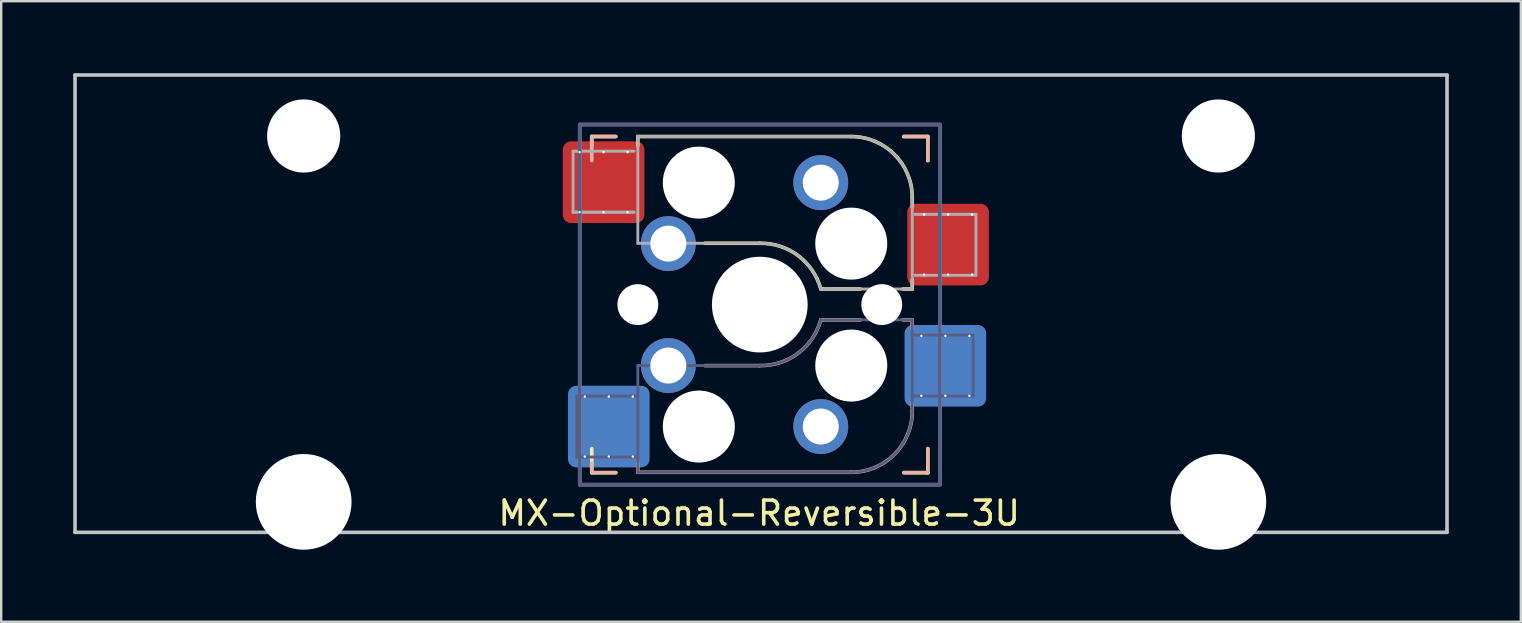
<source format=kicad_pcb>
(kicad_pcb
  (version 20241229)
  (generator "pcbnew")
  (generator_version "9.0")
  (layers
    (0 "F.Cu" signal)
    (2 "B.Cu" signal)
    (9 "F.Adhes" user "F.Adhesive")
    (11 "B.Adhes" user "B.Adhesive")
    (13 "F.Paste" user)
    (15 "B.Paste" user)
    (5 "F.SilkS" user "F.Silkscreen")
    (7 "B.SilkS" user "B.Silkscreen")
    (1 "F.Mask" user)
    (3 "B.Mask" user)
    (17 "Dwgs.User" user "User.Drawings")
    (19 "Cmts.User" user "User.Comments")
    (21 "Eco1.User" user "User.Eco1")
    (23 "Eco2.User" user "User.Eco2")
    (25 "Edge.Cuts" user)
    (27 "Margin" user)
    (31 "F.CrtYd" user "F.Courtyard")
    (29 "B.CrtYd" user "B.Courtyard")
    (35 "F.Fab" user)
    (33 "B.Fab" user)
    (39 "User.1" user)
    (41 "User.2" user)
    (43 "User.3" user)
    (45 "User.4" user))
  (footprint "MX-Optional-Reversible-3U"
    (layer "F.Cu")
    (at 28.65 9.6)
    (property "Reference" "MX-Optional-Reversible-3U" (at -0.077 8.726 180) (layer "F.SilkS") (effects (font (size 1 1) (thickness 0.15))))
    (attr smd)
    (fp_rect (start -8.258 -6.062) (end -4.858 -4.062) (stroke (width 0.1) (type solid)) (fill yes) (layer "F.Mask"))
    (fp_rect (start 6.092 -3.462) (end 9.492 -1.462) (stroke (width 0.1) (type solid)) (fill yes) (layer "F.Mask"))
    (fp_rect (start -8.041 4.118) (end -4.641 6.118) (stroke (width 0.1) (type solid)) (fill yes) (layer "B.Mask"))
    (fp_rect (start 5.979 1.588) (end 9.379 3.588) (stroke (width 0.1) (type solid)) (fill yes) (layer "B.Mask"))
    (fp_line (start -7.051 -6.962) (end -6.051 -6.962) (stroke (width 0.15) (type solid)) (layer "F.SilkS"))
    (fp_line (start -7.051 -6.566) (end -7.051 -6.962) (stroke (width 0.15) (type solid)) (layer "F.SilkS"))
    (fp_line (start -7.051 7.038) (end -7.051 6.038) (stroke (width 0.15) (type solid)) (layer "F.SilkS"))
    (fp_line (start -6.051 7.038) (end -7.051 7.038) (stroke (width 0.15) (type solid)) (layer "F.SilkS"))
    (fp_line (start -5.131 -6.581) (end -5.131 -6.962) (stroke (width 0.15) (type solid)) (layer "F.SilkS"))
    (fp_line (start -2.337 -2.517) (end -0.051 -2.517) (stroke (width 0.15) (type solid)) (layer "F.SilkS"))
    (fp_line (start 2.489 -0.612) (end 4.14 -0.612) (stroke (width 0.15) (type solid)) (layer "F.SilkS"))
    (fp_line (start 3.759 -6.962) (end -5.131 -6.962) (stroke (width 0.15) (type solid)) (layer "F.SilkS"))
    (fp_line (start 5.918 -0.612) (end 6.299 -0.612) (stroke (width 0.15) (type solid)) (layer "F.SilkS"))
    (fp_line (start 5.949 -6.962) (end 6.949 -6.962) (stroke (width 0.15) (type solid)) (layer "F.SilkS"))
    (fp_line (start 6.299 -4.041) (end 6.299 -4.422) (stroke (width 0.15) (type solid)) (layer "F.SilkS"))
    (fp_line (start 6.299 -0.612) (end 6.299 -0.993) (stroke (width 0.15) (type solid)) (layer "F.SilkS"))
    (fp_line (start 6.949 -6.962) (end 6.949 -5.962) (stroke (width 0.15) (type solid)) (layer "F.SilkS"))
    (fp_line (start 6.949 6.038) (end 6.949 7.038) (stroke (width 0.15) (type solid)) (layer "F.SilkS"))
    (fp_line (start 6.949 7.038) (end 5.949 7.038) (stroke (width 0.15) (type solid)) (layer "F.SilkS"))
    (fp_arc (start -0.05085 -2.51696) (mid 1.54712 -2.001754) (end 2.48915 -0.61196) (stroke (width 0.15) (type solid)) (layer "F.SilkS"))
    (fp_arc (start 3.75915 -6.96196) (mid 5.555201 -6.218011) (end 6.29915 -4.42196) (stroke (width 0.15) (type solid)) (layer "F.SilkS"))
    (fp_line (start -7.051 -6.962) (end -6.051 -6.962) (stroke (width 0.15) (type solid)) (layer "B.SilkS"))
    (fp_line (start -7.051 -5.962) (end -7.051 -6.962) (stroke (width 0.15) (type solid)) (layer "B.SilkS"))
    (fp_line (start -7.051 7.038) (end -7.051 6.642) (stroke (width 0.15) (type solid)) (layer "B.SilkS"))
    (fp_line (start -6.051 7.038) (end -7.051 7.038) (stroke (width 0.15) (type solid)) (layer "B.SilkS"))
    (fp_line (start -5.131 7.023) (end -5.131 6.642) (stroke (width 0.15) (type solid)) (layer "B.SilkS"))
    (fp_line (start -5.131 7.023) (end 3.759 7.023) (stroke (width 0.15) (type solid)) (layer "B.SilkS"))
    (fp_line (start -0.051 2.578) (end -2.337 2.578) (stroke (width 0.15) (type solid)) (layer "B.SilkS"))
    (fp_line (start 4.14 0.673) (end 2.489 0.673) (stroke (width 0.15) (type solid)) (layer "B.SilkS"))
    (fp_line (start 5.949 -6.962) (end 6.949 -6.962) (stroke (width 0.15) (type solid)) (layer "B.SilkS"))
    (fp_line (start 6.299 0.673) (end 5.918 0.673) (stroke (width 0.15) (type solid)) (layer "B.SilkS"))
    (fp_line (start 6.299 1.054) (end 6.299 0.673) (stroke (width 0.15) (type solid)) (layer "B.SilkS"))
    (fp_line (start 6.299 4.483) (end 6.299 4.102) (stroke (width 0.15) (type solid)) (layer "B.SilkS"))
    (fp_line (start 6.949 -6.962) (end 6.949 -5.962) (stroke (width 0.15) (type solid)) (layer "B.SilkS"))
    (fp_line (start 6.949 6.038) (end 6.949 7.038) (stroke (width 0.15) (type solid)) (layer "B.SilkS"))
    (fp_line (start 6.949 7.038) (end 5.949 7.038) (stroke (width 0.15) (type solid)) (layer "B.SilkS"))
    (fp_arc (start 2.48915 0.67304) (mid 1.547119 2.062831) (end -0.05085 2.57804) (stroke (width 0.15) (type solid)) (layer "B.SilkS"))
    (fp_arc (start 6.29915 4.48304) (mid 5.555201 6.279091) (end 3.75915 7.02304) (stroke (width 0.15) (type solid)) (layer "B.SilkS"))
    (fp_line (start -28.575 9.525) (end -28.575 -9.525) (stroke (width 0.15) (type solid)) (layer "Dwgs.User"))
    (fp_line (start 28.575 -9.525) (end -28.575 -9.525) (stroke (width 0.15) (type solid)) (layer "Dwgs.User"))
    (fp_line (start 28.575 9.525) (end -28.575 9.525) (stroke (width 0.15) (type solid)) (layer "Dwgs.User"))
    (fp_line (start 28.575 9.525) (end 28.575 -9.525) (stroke (width 0.15) (type solid)) (layer "Dwgs.User"))
    (fp_line (start -6.951 6.938) (end -6.951 -6.862) (stroke (width 0.15) (type solid)) (layer "Eco2.User"))
    (fp_line (start -6.951 6.938) (end 6.849 6.938) (stroke (width 0.15) (type solid)) (layer "Eco2.User"))
    (fp_line (start 6.849 -6.862) (end -6.951 -6.862) (stroke (width 0.15) (type solid)) (layer "Eco2.User"))
    (fp_line (start 6.849 -6.862) (end 6.849 6.938) (stroke (width 0.15) (type solid)) (layer "Eco2.User"))
    (fp_line (start -7.671 3.848) (end -7.671 6.388) (stroke (width 0.12) (type solid)) (layer "B.Fab"))
    (fp_line (start -7.671 6.388) (end -5.131 6.388) (stroke (width 0.12) (type solid)) (layer "B.Fab"))
    (fp_line (start -7.551 -7.462) (end 7.449 -7.462) (stroke (width 0.15) (type solid)) (layer "B.Fab"))
    (fp_line (start -7.551 7.538) (end -7.551 -7.462) (stroke (width 0.15) (type solid)) (layer "B.Fab"))
    (fp_line (start -5.131 2.578) (end -5.131 7.023) (stroke (width 0.12) (type solid)) (layer "B.Fab"))
    (fp_line (start -5.131 3.848) (end -7.671 3.848) (stroke (width 0.12) (type solid)) (layer "B.Fab"))
    (fp_line (start -5.131 7.023) (end 3.759 7.023) (stroke (width 0.12) (type solid)) (layer "B.Fab"))
    (fp_line (start -0.051 2.578) (end -5.131 2.578) (stroke (width 0.12) (type solid)) (layer "B.Fab"))
    (fp_line (start 6.299 0.673) (end 2.489 0.673) (stroke (width 0.12) (type solid)) (layer "B.Fab"))
    (fp_line (start 6.299 3.848) (end 8.839 3.848) (stroke (width 0.12) (type solid)) (layer "B.Fab"))
    (fp_line (start 6.299 4.483) (end 6.299 0.673) (stroke (width 0.12) (type solid)) (layer "B.Fab"))
    (fp_line (start 7.449 -7.462) (end 7.449 7.538) (stroke (width 0.15) (type solid)) (layer "B.Fab"))
    (fp_line (start 7.449 7.538) (end -7.551 7.538) (stroke (width 0.15) (type solid)) (layer "B.Fab"))
    (fp_line (start 8.839 1.308) (end 6.299 1.308) (stroke (width 0.12) (type solid)) (layer "B.Fab"))
    (fp_line (start 8.839 3.848) (end 8.839 1.308) (stroke (width 0.12) (type solid)) (layer "B.Fab"))
    (fp_arc (start 2.48915 0.67304) (mid 1.547119 2.062831) (end -0.05085 2.57804) (stroke (width 0.12) (type solid)) (layer "B.Fab"))
    (fp_arc (start 6.29915 4.48304) (mid 5.555201 6.279091) (end 3.75915 7.02304) (stroke (width 0.12) (type solid)) (layer "B.Fab"))
    (fp_line (start -7.828 -6.352) (end -7.828 -3.812) (stroke (width 0.12) (type solid)) (layer "F.Fab"))
    (fp_line (start -7.828 -3.812) (end -5.288 -3.812) (stroke (width 0.12) (type solid)) (layer "F.Fab"))
    (fp_line (start -7.828 -3.812) (end -5.288 -3.812) (stroke (width 0.12) (type solid)) (layer "F.Fab"))
    (fp_line (start -7.551 -7.462) (end 7.449 -7.462) (stroke (width 0.15) (type solid)) (layer "F.Fab"))
    (fp_line (start -7.551 7.538) (end -7.551 -7.462) (stroke (width 0.15) (type solid)) (layer "F.Fab"))
    (fp_line (start -5.288 -6.352) (end -7.828 -6.352) (stroke (width 0.12) (type solid)) (layer "F.Fab"))
    (fp_line (start -5.131 -6.962) (end -5.131 -2.517) (stroke (width 0.12) (type solid)) (layer "F.Fab"))
    (fp_line (start -5.131 -2.517) (end -0.051 -2.517) (stroke (width 0.12) (type solid)) (layer "F.Fab"))
    (fp_line (start 2.489 -0.612) (end 6.299 -0.612) (stroke (width 0.12) (type solid)) (layer "F.Fab"))
    (fp_line (start 3.759 -6.962) (end -5.131 -6.962) (stroke (width 0.12) (type solid)) (layer "F.Fab"))
    (fp_line (start 6.299 -0.612) (end 6.299 -4.422) (stroke (width 0.12) (type solid)) (layer "F.Fab"))
    (fp_line (start 6.412 -1.182) (end 8.952 -1.182) (stroke (width 0.12) (type solid)) (layer "F.Fab"))
    (fp_line (start 7.449 -7.462) (end 7.449 7.538) (stroke (width 0.15) (type solid)) (layer "F.Fab"))
    (fp_line (start 7.449 7.538) (end -7.551 7.538) (stroke (width 0.15) (type solid)) (layer "F.Fab"))
    (fp_line (start 8.952 -3.722) (end 6.412 -3.722) (stroke (width 0.12) (type solid)) (layer "F.Fab"))
    (fp_line (start 8.952 -1.182) (end 8.952 -3.722) (stroke (width 0.12) (type solid)) (layer "F.Fab"))
    (fp_arc (start -0.05085 -2.51696) (mid 1.547122 -2.001755) (end 2.48915 -0.61196) (stroke (width 0.12) (type solid)) (layer "F.Fab"))
    (fp_arc (start 3.75915 -6.96196) (mid 5.555201 -6.218011) (end 6.29915 -4.42196) (stroke (width 0.12) (type solid)) (layer "F.Fab"))
    (pad "" np_thru_hole circle (at -19.05 -6.985) (size 3.048 3.048) (drill 3.048) (layers "*.Cu" "*.Mask"))
    (pad "" np_thru_hole circle (at -19.05 8.255) (size 3.988 3.988) (drill 3.988) (layers "*.Cu" "*.Mask"))
    (pad "" np_thru_hole circle (at -5.131 0.038) (size 1.702 1.702) (drill 1.702) (layers "*.Cu" "*.Mask"))
    (pad "" np_thru_hole circle (at -2.591 -5.042) (size 3 3) (drill 3) (layers "*.Cu" "*.Mask"))
    (pad "" np_thru_hole circle (at -2.591 5.118) (size 3 3) (drill 3) (layers "*.Cu" "*.Mask"))
    (pad "" np_thru_hole circle (at -0.051 0.038) (size 3.988 3.988) (drill 3.988) (layers "*.Cu" "*.Mask"))
    (pad "" np_thru_hole circle (at 3.759 -2.502) (size 3 3) (drill 3) (layers "*.Cu" "*.Mask"))
    (pad "" np_thru_hole circle (at 3.759 2.578) (size 3 3) (drill 3) (layers "*.Cu" "*.Mask"))
    (pad "" np_thru_hole circle (at 5.029 0.038) (size 1.702 1.702) (drill 1.702) (layers "*.Cu" "*.Mask"))
    (pad "" np_thru_hole circle (at 19.05 -6.985) (size 3.048 3.048) (drill 3.048) (layers "*.Cu" "*.Mask"))
    (pad "" np_thru_hole circle (at 19.05 8.255) (size 3.988 3.988) (drill 3.988) (layers "*.Cu" "*.Mask"))
    (pad "1" thru_hole circle (at -7.558 -6.312 270) (size 0.1 0.1) (drill 0.3) (layers "*.Cu" "*.Mask"))
    (pad "1" thru_hole circle (at -7.558 -3.812 270) (size 0.1 0.1) (drill 0.3) (layers "*.Cu" "*.Mask"))
    (pad "1" thru_hole circle (at -7.341 3.868 270) (size 0.1 0.1) (drill 0.3) (layers "*.Cu" "*.Mask"))
    (pad "1" thru_hole circle (at -7.341 6.368 270) (size 0.1 0.1) (drill 0.3) (layers "*.Cu" "*.Mask"))
    (pad "1" thru_hole circle (at -6.558 -6.312 270) (size 0.1 0.1) (drill 0.3) (layers "*.Cu"))
    (pad "1" smd roundrect (at -6.558 -5.062 180) (size 3.4 3.4) (property pad_prop_bga) (layers "F.Cu" "F.Paste") (roundrect_rratio 0.1))
    (pad "1" thru_hole circle (at -6.558 -3.812 270) (size 0.1 0.1) (drill 0.3) (layers "*.Cu" "*.Mask"))
    (pad "1" thru_hole circle (at -6.341 3.868 270) (size 0.1 0.1) (drill 0.3) (layers "*.Cu"))
    (pad "1" smd roundrect (at -6.341 5.118) (size 3.4 3.4) (property pad_prop_bga) (layers "B.Cu" "B.Paste") (roundrect_rratio 0.1))
    (pad "1" thru_hole circle (at -6.341 6.368 270) (size 0.1 0.1) (drill 0.3) (layers "*.Cu" "*.Mask"))
    (pad "1" thru_hole circle (at -5.558 -6.312 270) (size 0.1 0.1) (drill 0.3) (layers "*.Cu"))
    (pad "1" thru_hole circle (at -5.558 -3.812 270) (size 0.1 0.1) (drill 0.3) (layers "*.Cu" "*.Mask"))
    (pad "1" thru_hole circle (at -5.341 3.868 270) (size 0.1 0.1) (drill 0.3) (layers "*.Cu"))
    (pad "1" thru_hole circle (at -5.341 6.368 270) (size 0.1 0.1) (drill 0.3) (layers "*.Cu" "*.Mask"))
    (pad "1" thru_hole circle (at -3.861 -2.502) (size 2.286 2.286) (drill 1.499) (layers "*.Cu" "*.Mask"))
    (pad "1" thru_hole circle (at -3.861 2.578) (size 2.286 2.286) (drill 1.499) (layers "*.Cu" "*.Mask"))
    (pad "2" thru_hole circle (at 2.489 -5.042) (size 2.286 2.286) (drill 1.499) (layers "*.Cu" "*.Mask"))
    (pad "2" thru_hole circle (at 2.489 5.118) (size 2.286 2.286) (drill 1.499) (layers "*.Cu" "*.Mask"))
    (pad "2" thru_hole circle (at 6.679 1.338 270) (size 0.1 0.1) (drill 0.3) (layers "*.Cu" "*.Mask"))
    (pad "2" thru_hole circle (at 6.679 3.838 270) (size 0.1 0.1) (drill 0.3) (layers "*.Cu" "*.Mask"))
    (pad "2" thru_hole circle (at 6.792 -3.712 270) (size 0.1 0.1) (drill 0.3) (layers "*.Cu" "*.Mask"))
    (pad "2" thru_hole circle (at 6.792 -1.212 270) (size 0.1 0.1) (drill 0.3) (layers "*.Cu" "*.Mask"))
    (pad "2" thru_hole circle (at 7.679 1.338 270) (size 0.1 0.1) (drill 0.3) (layers "*.Cu" "*.Mask"))
    (pad "2" smd roundrect (at 7.679 2.588) (size 3.4 3.4) (property pad_prop_bga) (layers "B.Cu" "B.Paste") (roundrect_rratio 0.1))
    (pad "2" thru_hole circle (at 7.679 3.838 270) (size 0.1 0.1) (drill 0.3) (layers "*.Cu"))
    (pad "2" thru_hole circle (at 7.792 -3.712 270) (size 0.1 0.1) (drill 0.3) (layers "*.Cu"))
    (pad "2" smd roundrect (at 7.792 -2.462 180) (size 3.4 3.4) (property pad_prop_bga) (layers "F.Cu" "F.Paste") (roundrect_rratio 0.1))
    (pad "2" thru_hole circle (at 7.792 -1.212 270) (size 0.1 0.1) (drill 0.3) (layers "*.Cu" "*.Mask"))
    (pad "2" thru_hole circle (at 8.679 1.338 270) (size 0.1 0.1) (drill 0.3) (layers "*.Cu" "*.Mask"))
    (pad "2" thru_hole circle (at 8.679 3.838 270) (size 0.1 0.1) (drill 0.3) (layers "*.Cu"))
    (pad "2" thru_hole circle (at 8.792 -3.712 270) (size 0.1 0.1) (drill 0.3) (layers "*.Cu"))
    (pad "2" thru_hole circle (at 8.792 -1.212 270) (size 0.1 0.1) (drill 0.3) (layers "*.Cu" "*.Mask")))
  (gr_rect
    (start -3 -3)
    (end 60.3 22.849)
    (stroke (width 0.1) (type default))
    (fill no)
    (layer "Edge.Cuts")))
</source>
